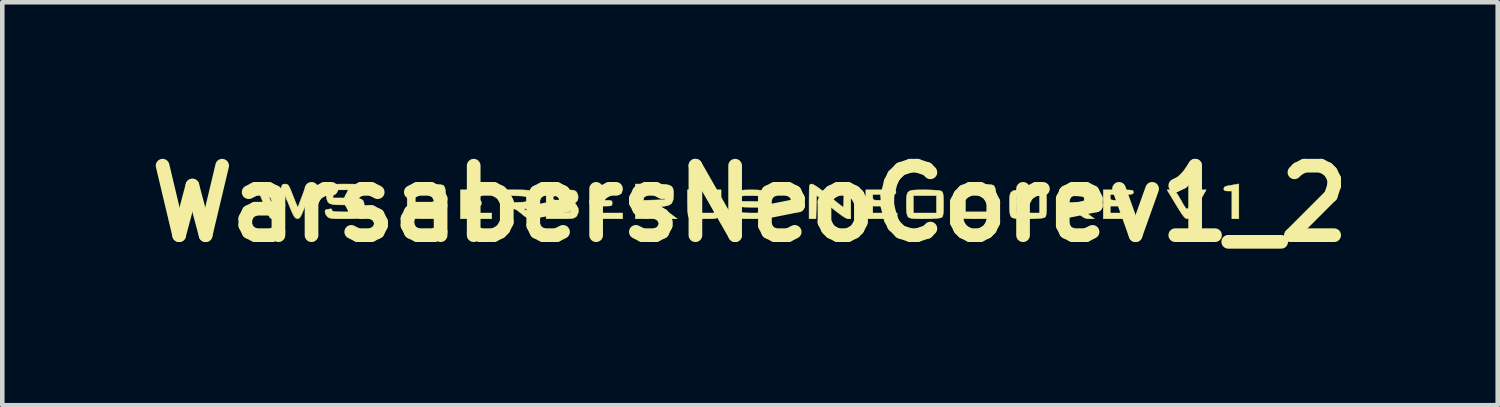
<source format=kicad_pcb>
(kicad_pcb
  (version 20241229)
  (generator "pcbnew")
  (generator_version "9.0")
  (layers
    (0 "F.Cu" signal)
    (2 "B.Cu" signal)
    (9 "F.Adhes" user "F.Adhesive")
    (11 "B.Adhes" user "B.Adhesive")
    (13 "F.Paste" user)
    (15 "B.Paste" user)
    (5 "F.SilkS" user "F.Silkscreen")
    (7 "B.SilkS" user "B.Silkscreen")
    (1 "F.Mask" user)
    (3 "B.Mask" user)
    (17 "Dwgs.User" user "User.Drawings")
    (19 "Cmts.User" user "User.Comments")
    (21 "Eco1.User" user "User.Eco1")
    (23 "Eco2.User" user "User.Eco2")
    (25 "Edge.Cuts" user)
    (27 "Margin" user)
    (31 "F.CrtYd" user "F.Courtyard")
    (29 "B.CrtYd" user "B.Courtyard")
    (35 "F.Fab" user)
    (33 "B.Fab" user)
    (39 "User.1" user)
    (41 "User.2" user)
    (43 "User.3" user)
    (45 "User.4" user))
  (footprint "WarsabersNeoCorev1_2"
    (layer "F.Cu")
    (at 13.397 1.418)
    (property "Reference" "WarsabersNeoCorev1_2" (at 0 0 0) (layer "F.SilkS") (effects (font (size 1.524 1.524) (thickness 0.3))))
    (attr through_hole)
    (fp_poly (pts (xy 10.719 0.33) (xy 10.566 0.33) (xy 10.566 -0.279) (xy 10.477 -0.279) (xy 10.416 -0.285) (xy 10.391 -0.308) (xy 10.389 -0.329) (xy 10.402 -0.366) (xy 10.451 -0.388) (xy 10.484 -0.394) (xy 10.569 -0.409) (xy 10.645 -0.422) (xy 10.649 -0.423) (xy 10.719 -0.436) (xy 10.719 0.33)) (stroke (width 0.01) (type solid)) (fill yes) (layer "F.SilkS"))
    (fp_poly (pts (xy -1.219 0.203) (xy -0.787 0.203) (xy -0.787 -0.305) (xy -0.635 -0.305) (xy -0.635 -0.027) (xy -0.636 0.111) (xy -0.643 0.207) (xy -0.665 0.271) (xy -0.708 0.307) (xy -0.781 0.325) (xy -0.89 0.33) (xy -1.013 0.33) (xy -1.17 0.327) (xy -1.277 0.319) (xy -1.334 0.305) (xy -1.341 0.3) (xy -1.357 0.256) (xy -1.367 0.163) (xy -1.371 0.022) (xy -1.372 -0.018) (xy -1.372 -0.305) (xy -1.219 -0.305) (xy -1.219 0.203)) (stroke (width 0.01) (type solid)) (fill yes) (layer "F.SilkS"))
    (fp_poly (pts (xy 9.272 -0.302) (xy 9.305 -0.289) (xy 9.337 -0.258) (xy 9.377 -0.2) (xy 9.431 -0.109) (xy 9.451 -0.076) (xy 9.508 0.025) (xy 9.549 0.089) (xy 9.582 0.115) (xy 9.613 0.102) (xy 9.651 0.048) (xy 9.704 -0.047) (xy 9.743 -0.12) (xy 9.794 -0.212) (xy 9.831 -0.267) (xy 9.864 -0.294) (xy 9.901 -0.304) (xy 9.923 -0.305) (xy 10.004 -0.305) (xy 9.821 0.012) (xy 9.745 0.142) (xy 9.687 0.233) (xy 9.644 0.291) (xy 9.611 0.321) (xy 9.584 0.329) (xy 9.556 0.321) (xy 9.522 0.292) (xy 9.478 0.235) (xy 9.419 0.146) (xy 9.34 0.018) (xy 9.337 0.013) (xy 9.146 -0.305) (xy 9.232 -0.305) (xy 9.272 -0.302)) (stroke (width 0.01) (type solid)) (fill yes) (layer "F.SilkS"))
    (fp_poly (pts (xy 2.21 0.33) (xy 2.148 0.33) (xy 2.099 0.312) (xy 2.015 0.26) (xy 1.898 0.173) (xy 1.774 0.074) (xy 1.46 -0.183) (xy 1.453 0.074) (xy 1.446 0.33) (xy 1.295 0.33) (xy 1.295 -0.051) (xy 1.296 -0.197) (xy 1.297 -0.3) (xy 1.301 -0.367) (xy 1.308 -0.407) (xy 1.32 -0.426) (xy 1.337 -0.431) (xy 1.354 -0.432) (xy 1.399 -0.415) (xy 1.477 -0.366) (xy 1.583 -0.288) (xy 1.714 -0.184) (xy 1.722 -0.178) (xy 1.829 -0.091) (xy 1.921 -0.017) (xy 1.992 0.038) (xy 2.035 0.071) (xy 2.045 0.076) (xy 2.05 0.053) (xy 2.054 -0.011) (xy 2.057 -0.104) (xy 2.057 -0.178) (xy 2.057 -0.432) (xy 2.21 -0.432) (xy 2.21 0.33)) (stroke (width 0.01) (type solid)) (fill yes) (layer "F.SilkS"))
    (fp_poly (pts (xy -5.885 -0.304) (xy -5.793 -0.302) (xy -5.735 -0.297) (xy -5.704 -0.288) (xy -5.692 -0.273) (xy -5.69 -0.254) (xy -5.693 -0.231) (xy -5.71 -0.216) (xy -5.749 -0.208) (xy -5.819 -0.204) (xy -5.93 -0.203) (xy -5.944 -0.203) (xy -6.198 -0.203) (xy -6.198 -0.14) (xy -6.194 -0.105) (xy -6.177 -0.086) (xy -6.133 -0.078) (xy -6.051 -0.076) (xy -6.045 -0.076) (xy -5.961 -0.075) (xy -5.915 -0.068) (xy -5.896 -0.049) (xy -5.893 -0.015) (xy -5.893 -0.013) (xy -5.896 0.022) (xy -5.914 0.041) (xy -5.958 0.049) (xy -6.04 0.051) (xy -6.045 0.051) (xy -6.198 0.051) (xy -6.198 0.203) (xy -5.664 0.203) (xy -5.664 0.33) (xy -6.35 0.33) (xy -6.35 -0.305) (xy -6.02 -0.305) (xy -5.885 -0.304)) (stroke (width 0.01) (type solid)) (fill yes) (layer "F.SilkS"))
    (fp_poly (pts (xy -3.015 -0.304) (xy -2.923 -0.302) (xy -2.865 -0.297) (xy -2.834 -0.288) (xy -2.822 -0.273) (xy -2.819 -0.254) (xy -2.823 -0.231) (xy -2.839 -0.216) (xy -2.878 -0.208) (xy -2.949 -0.204) (xy -3.06 -0.203) (xy -3.073 -0.203) (xy -3.327 -0.203) (xy -3.327 -0.14) (xy -3.324 -0.105) (xy -3.307 -0.086) (xy -3.263 -0.078) (xy -3.18 -0.076) (xy -3.175 -0.076) (xy -3.091 -0.075) (xy -3.045 -0.068) (xy -3.026 -0.049) (xy -3.023 -0.015) (xy -3.023 -0.013) (xy -3.026 0.022) (xy -3.043 0.041) (xy -3.087 0.049) (xy -3.17 0.051) (xy -3.175 0.051) (xy -3.327 0.051) (xy -3.327 0.203) (xy -2.794 0.203) (xy -2.794 0.33) (xy -3.48 0.33) (xy -3.48 -0.305) (xy -3.15 -0.305) (xy -3.015 -0.304)) (stroke (width 0.01) (type solid)) (fill yes) (layer "F.SilkS"))
    (fp_poly (pts (xy 3.005 -0.304) (xy 3.097 -0.302) (xy 3.155 -0.297) (xy 3.186 -0.288) (xy 3.198 -0.273) (xy 3.2 -0.254) (xy 3.197 -0.231) (xy 3.18 -0.216) (xy 3.141 -0.208) (xy 3.071 -0.204) (xy 2.96 -0.203) (xy 2.946 -0.203) (xy 2.692 -0.203) (xy 2.692 -0.14) (xy 2.696 -0.105) (xy 2.713 -0.086) (xy 2.757 -0.078) (xy 2.839 -0.076) (xy 2.845 -0.076) (xy 2.929 -0.075) (xy 2.975 -0.068) (xy 2.994 -0.049) (xy 2.997 -0.015) (xy 2.997 -0.013) (xy 2.994 0.022) (xy 2.976 0.041) (xy 2.932 0.049) (xy 2.85 0.051) (xy 2.845 0.051) (xy 2.692 0.051) (xy 2.692 0.203) (xy 3.226 0.203) (xy 3.226 0.33) (xy 2.54 0.33) (xy 2.54 -0.305) (xy 2.87 -0.305) (xy 3.005 -0.304)) (stroke (width 0.01) (type solid)) (fill yes) (layer "F.SilkS"))
    (fp_poly (pts (xy 8.212 -0.304) (xy 8.304 -0.302) (xy 8.362 -0.297) (xy 8.393 -0.288) (xy 8.405 -0.273) (xy 8.407 -0.254) (xy 8.404 -0.231) (xy 8.387 -0.216) (xy 8.348 -0.208) (xy 8.278 -0.204) (xy 8.167 -0.203) (xy 8.153 -0.203) (xy 7.899 -0.203) (xy 7.899 -0.14) (xy 7.903 -0.105) (xy 7.92 -0.086) (xy 7.964 -0.078) (xy 8.046 -0.076) (xy 8.052 -0.076) (xy 8.136 -0.075) (xy 8.182 -0.068) (xy 8.201 -0.049) (xy 8.204 -0.015) (xy 8.204 -0.013) (xy 8.201 0.022) (xy 8.183 0.041) (xy 8.139 0.049) (xy 8.057 0.051) (xy 8.052 0.051) (xy 7.899 0.051) (xy 7.899 0.203) (xy 8.433 0.203) (xy 8.433 0.33) (xy 7.747 0.33) (xy 7.747 -0.305) (xy 8.077 -0.305) (xy 8.212 -0.304)) (stroke (width 0.01) (type solid)) (fill yes) (layer "F.SilkS"))
    (fp_poly (pts (xy -1.981 -0.43) (xy -1.86 -0.424) (xy -1.776 -0.409) (xy -1.722 -0.382) (xy -1.692 -0.34) (xy -1.679 -0.279) (xy -1.676 -0.196) (xy -1.676 -0.195) (xy -1.686 -0.083) (xy -1.719 -0.01) (xy -1.78 0.032) (xy -1.85 0.049) (xy -1.954 0.064) (xy -1.596 0.33) (xy -1.727 0.33) (xy -1.796 0.328) (xy -1.848 0.316) (xy -1.899 0.287) (xy -1.963 0.235) (xy -2.013 0.191) (xy -2.101 0.116) (xy -2.166 0.072) (xy -2.221 0.053) (xy -2.252 0.051) (xy -2.337 0.051) (xy -2.337 0.33) (xy -2.515 0.33) (xy -2.515 -0.074) (xy -2.337 -0.074) (xy -1.867 -0.089) (xy -1.867 -0.292) (xy -2.102 -0.299) (xy -2.337 -0.307) (xy -2.337 -0.074) (xy -2.515 -0.074) (xy -2.515 -0.432) (xy -2.146 -0.432) (xy -1.981 -0.43)) (stroke (width 0.01) (type solid)) (fill yes) (layer "F.SilkS"))
    (fp_poly (pts (xy 3.952 -0.303) (xy 4.063 -0.297) (xy 4.147 -0.289) (xy 4.192 -0.279) (xy 4.193 -0.279) (xy 4.215 -0.261) (xy 4.229 -0.232) (xy 4.237 -0.181) (xy 4.241 -0.099) (xy 4.242 0.013) (xy 4.241 0.133) (xy 4.237 0.213) (xy 4.228 0.261) (xy 4.213 0.289) (xy 4.193 0.304) (xy 4.149 0.314) (xy 4.067 0.322) (xy 3.957 0.328) (xy 3.831 0.33) (xy 3.826 0.33) (xy 3.686 0.329) (xy 3.589 0.325) (xy 3.525 0.316) (xy 3.485 0.303) (xy 3.469 0.29) (xy 3.449 0.257) (xy 3.436 0.199) (xy 3.43 0.107) (xy 3.429 0.013) (xy 3.43 -0.107) (xy 3.436 -0.178) (xy 3.581 -0.178) (xy 3.581 0.203) (xy 4.089 0.203) (xy 4.089 -0.178) (xy 3.581 -0.178) (xy 3.436 -0.178) (xy 3.438 -0.192) (xy 3.46 -0.248) (xy 3.503 -0.282) (xy 3.576 -0.299) (xy 3.685 -0.304) (xy 3.826 -0.305) (xy 3.952 -0.303)) (stroke (width 0.01) (type solid)) (fill yes) (layer "F.SilkS"))
    (fp_poly (pts (xy 6.213 -0.303) (xy 6.324 -0.297) (xy 6.407 -0.289) (xy 6.453 -0.279) (xy 6.453 -0.279) (xy 6.476 -0.261) (xy 6.49 -0.232) (xy 6.498 -0.181) (xy 6.502 -0.099) (xy 6.502 0.013) (xy 6.501 0.133) (xy 6.497 0.213) (xy 6.489 0.261) (xy 6.474 0.289) (xy 6.453 0.304) (xy 6.41 0.314) (xy 6.327 0.322) (xy 6.217 0.328) (xy 6.091 0.33) (xy 6.087 0.33) (xy 5.947 0.329) (xy 5.849 0.325) (xy 5.785 0.316) (xy 5.746 0.303) (xy 5.73 0.29) (xy 5.709 0.257) (xy 5.697 0.199) (xy 5.691 0.107) (xy 5.69 0.013) (xy 5.691 -0.107) (xy 5.697 -0.178) (xy 5.842 -0.178) (xy 5.842 0.203) (xy 6.35 0.203) (xy 6.35 -0.178) (xy 5.842 -0.178) (xy 5.697 -0.178) (xy 5.698 -0.192) (xy 5.72 -0.248) (xy 5.764 -0.282) (xy 5.837 -0.299) (xy 5.946 -0.304) (xy 6.087 -0.305) (xy 6.213 -0.303)) (stroke (width 0.01) (type solid)) (fill yes) (layer "F.SilkS"))
    (fp_poly (pts (xy -4.97 -0.303) (xy -4.864 -0.296) (xy -4.793 -0.28) (xy -4.752 -0.25) (xy -4.731 -0.204) (xy -4.725 -0.137) (xy -4.725 -0.106) (xy -4.731 -0.008) (xy -4.755 0.052) (xy -4.804 0.085) (xy -4.864 0.099) (xy -4.957 0.114) (xy -4.663 0.33) (xy -4.772 0.33) (xy -4.839 0.325) (xy -4.896 0.304) (xy -4.961 0.259) (xy -5.012 0.216) (xy -5.115 0.137) (xy -5.195 0.103) (xy -5.213 0.102) (xy -5.256 0.105) (xy -5.277 0.126) (xy -5.283 0.178) (xy -5.283 0.216) (xy -5.285 0.286) (xy -5.298 0.319) (xy -5.331 0.33) (xy -5.359 0.33) (xy -5.436 0.33) (xy -5.436 -0.023) (xy -5.283 -0.023) (xy -5.086 -0.031) (xy -4.987 -0.035) (xy -4.929 -0.042) (xy -4.9 -0.055) (xy -4.89 -0.078) (xy -4.889 -0.102) (xy -4.892 -0.134) (xy -4.907 -0.153) (xy -4.944 -0.164) (xy -5.014 -0.17) (xy -5.086 -0.173) (xy -5.283 -0.18) (xy -5.283 -0.023) (xy -5.436 -0.023) (xy -5.436 -0.305) (xy -5.12 -0.305) (xy -4.97 -0.303)) (stroke (width 0.01) (type solid)) (fill yes) (layer "F.SilkS"))
    (fp_poly (pts (xy 7.247 -0.303) (xy 7.354 -0.296) (xy 7.424 -0.28) (xy 7.466 -0.25) (xy 7.486 -0.204) (xy 7.492 -0.137) (xy 7.493 -0.106) (xy 7.486 -0.008) (xy 7.462 0.052) (xy 7.413 0.085) (xy 7.354 0.099) (xy 7.26 0.114) (xy 7.554 0.33) (xy 7.445 0.33) (xy 7.379 0.325) (xy 7.321 0.304) (xy 7.257 0.259) (xy 7.205 0.216) (xy 7.102 0.137) (xy 7.022 0.103) (xy 7.004 0.102) (xy 6.961 0.105) (xy 6.941 0.126) (xy 6.935 0.178) (xy 6.934 0.216) (xy 6.932 0.286) (xy 6.919 0.319) (xy 6.887 0.33) (xy 6.858 0.33) (xy 6.782 0.33) (xy 6.782 -0.023) (xy 6.934 -0.023) (xy 7.131 -0.031) (xy 7.23 -0.035) (xy 7.289 -0.042) (xy 7.317 -0.055) (xy 7.327 -0.078) (xy 7.328 -0.102) (xy 7.325 -0.134) (xy 7.311 -0.153) (xy 7.273 -0.164) (xy 7.203 -0.17) (xy 7.131 -0.173) (xy 6.934 -0.18) (xy 6.934 -0.023) (xy 6.782 -0.023) (xy 6.782 -0.305) (xy 7.097 -0.305) (xy 7.247 -0.303)) (stroke (width 0.01) (type solid)) (fill yes) (layer "F.SilkS"))
    (fp_poly (pts (xy -7.098 -0.432) (xy -6.971 -0.43) (xy -6.86 -0.424) (xy -6.776 -0.416) (xy -6.73 -0.406) (xy -6.729 -0.406) (xy -6.7 -0.37) (xy -6.682 -0.311) (xy -6.678 -0.248) (xy -6.688 -0.197) (xy -6.712 -0.177) (xy -6.761 -0.171) (xy -6.801 -0.162) (xy -6.841 -0.158) (xy -6.856 -0.183) (xy -6.858 -0.226) (xy -6.858 -0.305) (xy -7.341 -0.305) (xy -7.341 0.178) (xy -6.858 0.178) (xy -6.858 0.099) (xy -6.853 0.045) (xy -6.832 0.029) (xy -6.801 0.035) (xy -6.742 0.047) (xy -6.712 0.05) (xy -6.69 0.072) (xy -6.68 0.125) (xy -6.684 0.192) (xy -6.699 0.254) (xy -6.72 0.29) (xy -6.747 0.307) (xy -6.792 0.319) (xy -6.865 0.326) (xy -6.974 0.33) (xy -7.088 0.33) (xy -7.225 0.329) (xy -7.321 0.326) (xy -7.385 0.32) (xy -7.427 0.308) (xy -7.455 0.291) (xy -7.468 0.279) (xy -7.49 0.251) (xy -7.505 0.213) (xy -7.514 0.156) (xy -7.518 0.067) (xy -7.518 -0.051) (xy -7.517 -0.191) (xy -7.509 -0.292) (xy -7.487 -0.36) (xy -7.444 -0.401) (xy -7.371 -0.422) (xy -7.264 -0.431) (xy -7.113 -0.432) (xy -7.098 -0.432)) (stroke (width 0.01) (type solid)) (fill yes) (layer "F.SilkS"))
    (fp_poly (pts (xy 4.967 -0.432) (xy 5.094 -0.43) (xy 5.205 -0.424) (xy 5.289 -0.416) (xy 5.335 -0.406) (xy 5.336 -0.406) (xy 5.365 -0.37) (xy 5.383 -0.311) (xy 5.387 -0.248) (xy 5.377 -0.197) (xy 5.353 -0.177) (xy 5.304 -0.171) (xy 5.264 -0.162) (xy 5.224 -0.158) (xy 5.209 -0.183) (xy 5.207 -0.226) (xy 5.207 -0.305) (xy 4.724 -0.305) (xy 4.724 0.178) (xy 5.207 0.178) (xy 5.207 0.099) (xy 5.212 0.045) (xy 5.233 0.029) (xy 5.264 0.035) (xy 5.323 0.047) (xy 5.353 0.05) (xy 5.375 0.072) (xy 5.385 0.125) (xy 5.381 0.192) (xy 5.366 0.254) (xy 5.345 0.29) (xy 5.318 0.307) (xy 5.273 0.319) (xy 5.2 0.326) (xy 5.091 0.33) (xy 4.977 0.33) (xy 4.84 0.329) (xy 4.744 0.326) (xy 4.68 0.32) (xy 4.638 0.308) (xy 4.61 0.291) (xy 4.597 0.279) (xy 4.575 0.251) (xy 4.56 0.213) (xy 4.551 0.156) (xy 4.547 0.067) (xy 4.547 -0.051) (xy 4.548 -0.191) (xy 4.556 -0.292) (xy 4.578 -0.36) (xy 4.621 -0.401) (xy 4.694 -0.422) (xy 4.801 -0.431) (xy 4.952 -0.432) (xy 4.967 -0.432)) (stroke (width 0.01) (type solid)) (fill yes) (layer "F.SilkS"))
    (fp_poly (pts (xy -4.022 -0.304) (xy -3.931 -0.302) (xy -3.873 -0.296) (xy -3.837 -0.285) (xy -3.814 -0.267) (xy -3.795 -0.241) (xy -3.77 -0.173) (xy -3.773 -0.102) (xy -3.801 -0.048) (xy -3.821 -0.035) (xy -3.84 -0.018) (xy -3.821 0.014) (xy -3.808 0.027) (xy -3.768 0.1) (xy -3.764 0.186) (xy -3.797 0.265) (xy -3.81 0.279) (xy -3.837 0.301) (xy -3.873 0.316) (xy -3.927 0.325) (xy -4.01 0.329) (xy -4.131 0.33) (xy -4.166 0.33) (xy -4.47 0.33) (xy -4.47 0.205) (xy -4.318 0.205) (xy -4.121 0.198) (xy -4.022 0.193) (xy -3.964 0.186) (xy -3.935 0.173) (xy -3.925 0.15) (xy -3.924 0.127) (xy -3.927 0.095) (xy -3.941 0.076) (xy -3.979 0.065) (xy -4.049 0.059) (xy -4.121 0.056) (xy -4.318 0.049) (xy -4.318 0.205) (xy -4.47 0.205) (xy -4.47 -0.127) (xy -4.318 -0.127) (xy -4.315 -0.101) (xy -4.297 -0.085) (xy -4.255 -0.079) (xy -4.179 -0.08) (xy -4.121 -0.081) (xy -4.018 -0.087) (xy -3.957 -0.097) (xy -3.929 -0.113) (xy -3.924 -0.127) (xy -3.935 -0.147) (xy -3.974 -0.161) (xy -4.049 -0.169) (xy -4.121 -0.173) (xy -4.22 -0.175) (xy -4.279 -0.173) (xy -4.308 -0.163) (xy -4.317 -0.142) (xy -4.318 -0.127) (xy -4.47 -0.127) (xy -4.47 -0.305) (xy -4.153 -0.305) (xy -4.022 -0.304)) (stroke (width 0.01) (type solid)) (fill yes) (layer "F.SilkS"))
    (fp_poly (pts (xy -10.744 -0.432) (xy -10.651 -0.432) (xy -10.554 -0.175) (xy -10.457 0.082) (xy -10.359 -0.153) (xy -10.318 -0.254) (xy -10.285 -0.338) (xy -10.265 -0.394) (xy -10.262 -0.409) (xy -10.24 -0.426) (xy -10.192 -0.432) (xy -10.159 -0.428) (xy -10.133 -0.413) (xy -10.107 -0.377) (xy -10.077 -0.312) (xy -10.035 -0.209) (xy -10.023 -0.178) (xy -9.982 -0.074) (xy -9.948 0.009) (xy -9.926 0.062) (xy -9.918 0.076) (xy -9.912 0.067) (xy -9.899 0.037) (xy -9.877 -0.021) (xy -9.842 -0.114) (xy -9.793 -0.246) (xy -9.778 -0.286) (xy -9.746 -0.367) (xy -9.719 -0.411) (xy -9.688 -0.429) (xy -9.647 -0.432) (xy -9.595 -0.427) (xy -9.582 -0.406) (xy -9.587 -0.387) (xy -9.602 -0.348) (xy -9.631 -0.272) (xy -9.672 -0.168) (xy -9.719 -0.047) (xy -9.735 -0.005) (xy -9.788 0.128) (xy -9.826 0.22) (xy -9.856 0.279) (xy -9.879 0.311) (xy -9.902 0.324) (xy -9.928 0.325) (xy -9.929 0.325) (xy -9.961 0.315) (xy -9.99 0.287) (xy -10.021 0.234) (xy -10.061 0.145) (xy -10.088 0.079) (xy -10.13 -0.023) (xy -10.165 -0.106) (xy -10.189 -0.159) (xy -10.197 -0.173) (xy -10.213 -0.161) (xy -10.236 -0.116) (xy -10.236 -0.115) (xy -10.299 0.048) (xy -10.35 0.168) (xy -10.391 0.25) (xy -10.426 0.301) (xy -10.456 0.326) (xy -10.477 0.33) (xy -10.501 0.326) (xy -10.524 0.307) (xy -10.55 0.268) (xy -10.583 0.202) (xy -10.625 0.103) (xy -10.681 -0.037) (xy -10.687 -0.051) (xy -10.838 -0.432) (xy -10.744 -0.432)) (stroke (width 0.01) (type solid)) (fill yes) (layer "F.SilkS"))
    (fp_poly (pts (xy 0.171 -0.302) (xy 0.273 -0.291) (xy 0.338 -0.27) (xy 0.371 -0.237) (xy 0.381 -0.19) (xy 0.362 -0.158) (xy 0.321 -0.137) (xy 0.278 -0.134) (xy 0.259 -0.149) (xy 0.229 -0.165) (xy 0.15 -0.174) (xy 0.028 -0.178) (xy 0.023 -0.178) (xy -0.084 -0.177) (xy -0.151 -0.174) (xy -0.186 -0.165) (xy -0.201 -0.147) (xy -0.203 -0.119) (xy -0.203 -0.114) (xy -0.203 -0.051) (xy 0.058 -0.051) (xy 0.2 -0.048) (xy 0.297 -0.038) (xy 0.347 -0.023) (xy 0.351 -0.02) (xy 0.368 0.021) (xy 0.379 0.094) (xy 0.381 0.144) (xy 0.378 0.216) (xy 0.363 0.267) (xy 0.33 0.3) (xy 0.27 0.319) (xy 0.176 0.328) (xy 0.041 0.33) (xy 0.003 0.33) (xy -0.128 0.329) (xy -0.218 0.323) (xy -0.276 0.312) (xy -0.31 0.295) (xy -0.316 0.29) (xy -0.348 0.243) (xy -0.356 0.216) (xy -0.337 0.184) (xy -0.295 0.162) (xy -0.253 0.159) (xy -0.234 0.174) (xy -0.203 0.19) (xy -0.124 0.199) (xy 0.000412 0.203) (xy 0.015 0.203) (xy 0.126 0.203) (xy 0.196 0.2) (xy 0.234 0.192) (xy 0.25 0.176) (xy 0.254 0.15) (xy 0.254 0.14) (xy 0.252 0.111) (xy 0.242 0.092) (xy 0.212 0.082) (xy 0.155 0.077) (xy 0.06 0.076) (xy 0.002 0.076) (xy -0.134 0.073) (xy -0.227 0.062) (xy -0.286 0.038) (xy -0.317 -0.004) (xy -0.329 -0.067) (xy -0.33 -0.114) (xy -0.326 -0.19) (xy -0.308 -0.243) (xy -0.27 -0.276) (xy -0.202 -0.295) (xy -0.098 -0.303) (xy 0.025 -0.305) (xy 0.171 -0.302)) (stroke (width 0.01) (type solid)) (fill yes) (layer "F.SilkS"))
    (fp_poly (pts (xy -8.731 -0.431) (xy -8.635 -0.428) (xy -8.572 -0.421) (xy -8.532 -0.409) (xy -8.506 -0.391) (xy -8.5 -0.385) (xy -8.467 -0.331) (xy -8.461 -0.282) (xy -8.483 -0.256) (xy -8.494 -0.254) (xy -8.55 -0.245) (xy -8.57 -0.239) (xy -8.604 -0.241) (xy -8.611 -0.264) (xy -8.617 -0.282) (xy -8.643 -0.294) (xy -8.696 -0.301) (xy -8.785 -0.304) (xy -8.877 -0.305) (xy -9.144 -0.305) (xy -9.144 -0.127) (xy -8.841 -0.127) (xy -8.694 -0.126) (xy -8.591 -0.118) (xy -8.523 -0.1) (xy -8.483 -0.067) (xy -8.464 -0.015) (xy -8.459 0.061) (xy -8.458 0.102) (xy -8.46 0.186) (xy -8.471 0.246) (xy -8.498 0.287) (xy -8.548 0.312) (xy -8.628 0.325) (xy -8.746 0.33) (xy -8.879 0.33) (xy -9.019 0.33) (xy -9.117 0.327) (xy -9.183 0.321) (xy -9.226 0.31) (xy -9.256 0.293) (xy -9.271 0.279) (xy -9.308 0.226) (xy -9.321 0.172) (xy -9.308 0.135) (xy -9.286 0.127) (xy -9.23 0.118) (xy -9.21 0.112) (xy -9.176 0.114) (xy -9.169 0.137) (xy -9.163 0.155) (xy -9.138 0.167) (xy -9.086 0.174) (xy -8.999 0.177) (xy -8.89 0.178) (xy -8.611 0.178) (xy -8.611 0.025) (xy -8.898 0.025) (xy -9.044 0.024) (xy -9.146 0.016) (xy -9.214 -0.003) (xy -9.256 -0.037) (xy -9.278 -0.089) (xy -9.289 -0.165) (xy -9.291 -0.184) (xy -9.294 -0.271) (xy -9.285 -0.326) (xy -9.259 -0.368) (xy -9.249 -0.378) (xy -9.222 -0.4) (xy -9.189 -0.415) (xy -9.14 -0.425) (xy -9.066 -0.43) (xy -8.956 -0.432) (xy -8.869 -0.432) (xy -8.731 -0.431)) (stroke (width 0.01) (type solid)) (fill yes) (layer "F.SilkS")))
  (gr_rect
    (start -3 -3)
    (end 29.793 5.836)
    (stroke (width 0.1) (type default))
    (fill no)
    (layer "Edge.Cuts")))
</source>
